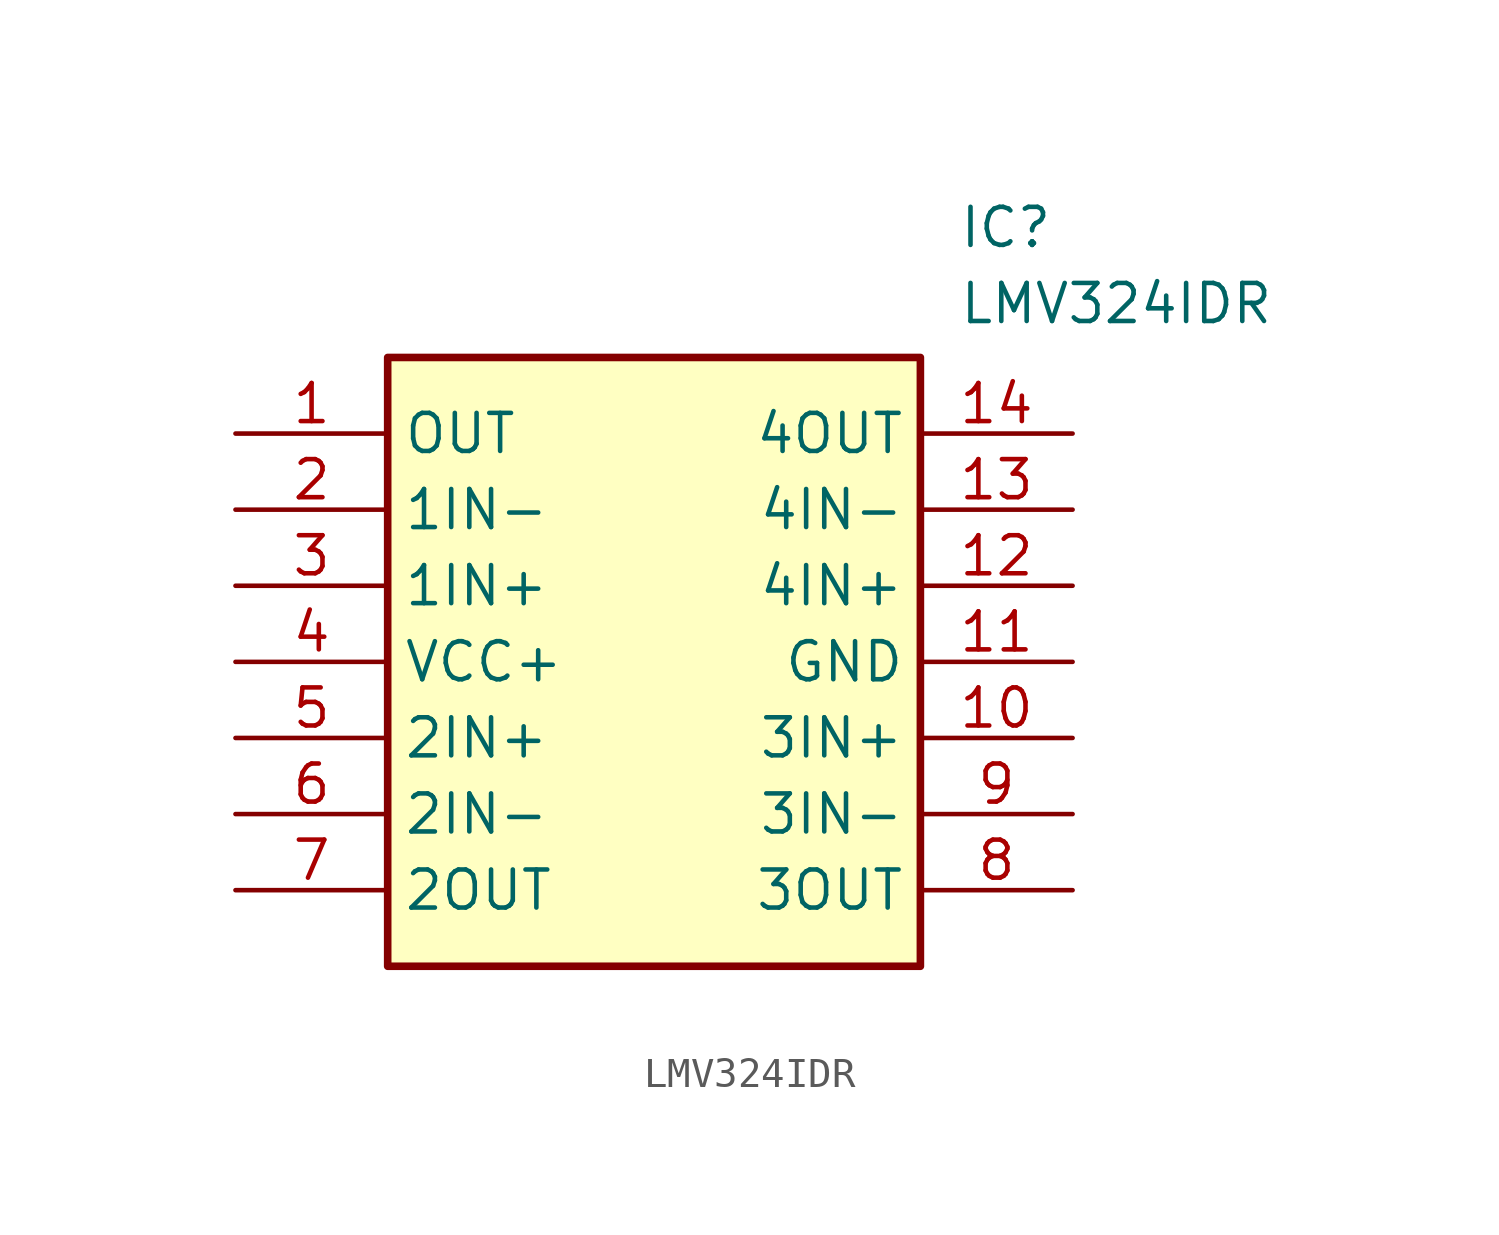
<source format=kicad_sym>
(kicad_symbol_lib
  (version 20211014)
  (generator SamacSys_ECAD_Model)
  (symbol "LMV324IDR"
    (property "Reference" "IC"
      (at 24.13 7.62 0)
      (effects (font (size 1.27 1.27)) (justify left top)))
    (property "Value" "LMV324IDR"
      (at 24.13 5.08 0)
      (effects (font (size 1.27 1.27)) (justify left top)))
    (rectangle
      (start 5.08 2.54)
      (end 22.86 -17.78)
      (stroke (width 0.254) (type default))
      (fill (type background)))
    (pin passive line
      (at 0 0 0)
      (length 5.08)
      (name "OUT" (effects (font (size 1.27 1.27))))
      (number "1" (effects (font (size 1.27 1.27)))))
    (pin passive line
      (at 0 -2.54 0)
      (length 5.08)
      (name "1IN-" (effects (font (size 1.27 1.27))))
      (number "2" (effects (font (size 1.27 1.27)))))
    (pin passive line
      (at 0 -5.08 0)
      (length 5.08)
      (name "1IN+" (effects (font (size 1.27 1.27))))
      (number "3" (effects (font (size 1.27 1.27)))))
    (pin passive line
      (at 0 -7.62 0)
      (length 5.08)
      (name "VCC+" (effects (font (size 1.27 1.27))))
      (number "4" (effects (font (size 1.27 1.27)))))
    (pin passive line
      (at 0 -10.16 0)
      (length 5.08)
      (name "2IN+" (effects (font (size 1.27 1.27))))
      (number "5" (effects (font (size 1.27 1.27)))))
    (pin passive line
      (at 0 -12.7 0)
      (length 5.08)
      (name "2IN-" (effects (font (size 1.27 1.27))))
      (number "6" (effects (font (size 1.27 1.27)))))
    (pin passive line
      (at 0 -15.24 0)
      (length 5.08)
      (name "2OUT" (effects (font (size 1.27 1.27))))
      (number "7" (effects (font (size 1.27 1.27)))))
    (pin passive line
      (at 27.94 0 180)
      (length 5.08)
      (name "4OUT" (effects (font (size 1.27 1.27))))
      (number "14" (effects (font (size 1.27 1.27)))))
    (pin passive line
      (at 27.94 -2.54 180)
      (length 5.08)
      (name "4IN-" (effects (font (size 1.27 1.27))))
      (number "13" (effects (font (size 1.27 1.27)))))
    (pin passive line
      (at 27.94 -5.08 180)
      (length 5.08)
      (name "4IN+" (effects (font (size 1.27 1.27))))
      (number "12" (effects (font (size 1.27 1.27)))))
    (pin passive line
      (at 27.94 -7.62 180)
      (length 5.08)
      (name "GND" (effects (font (size 1.27 1.27))))
      (number "11" (effects (font (size 1.27 1.27)))))
    (pin passive line
      (at 27.94 -10.16 180)
      (length 5.08)
      (name "3IN+" (effects (font (size 1.27 1.27))))
      (number "10" (effects (font (size 1.27 1.27)))))
    (pin passive line
      (at 27.94 -12.7 180)
      (length 5.08)
      (name "3IN-" (effects (font (size 1.27 1.27))))
      (number "9" (effects (font (size 1.27 1.27)))))
    (pin passive line
      (at 27.94 -15.24 180)
      (length 5.08)
      (name "3OUT" (effects (font (size 1.27 1.27))))
      (number "8" (effects (font (size 1.27 1.27)))))))
</source>
